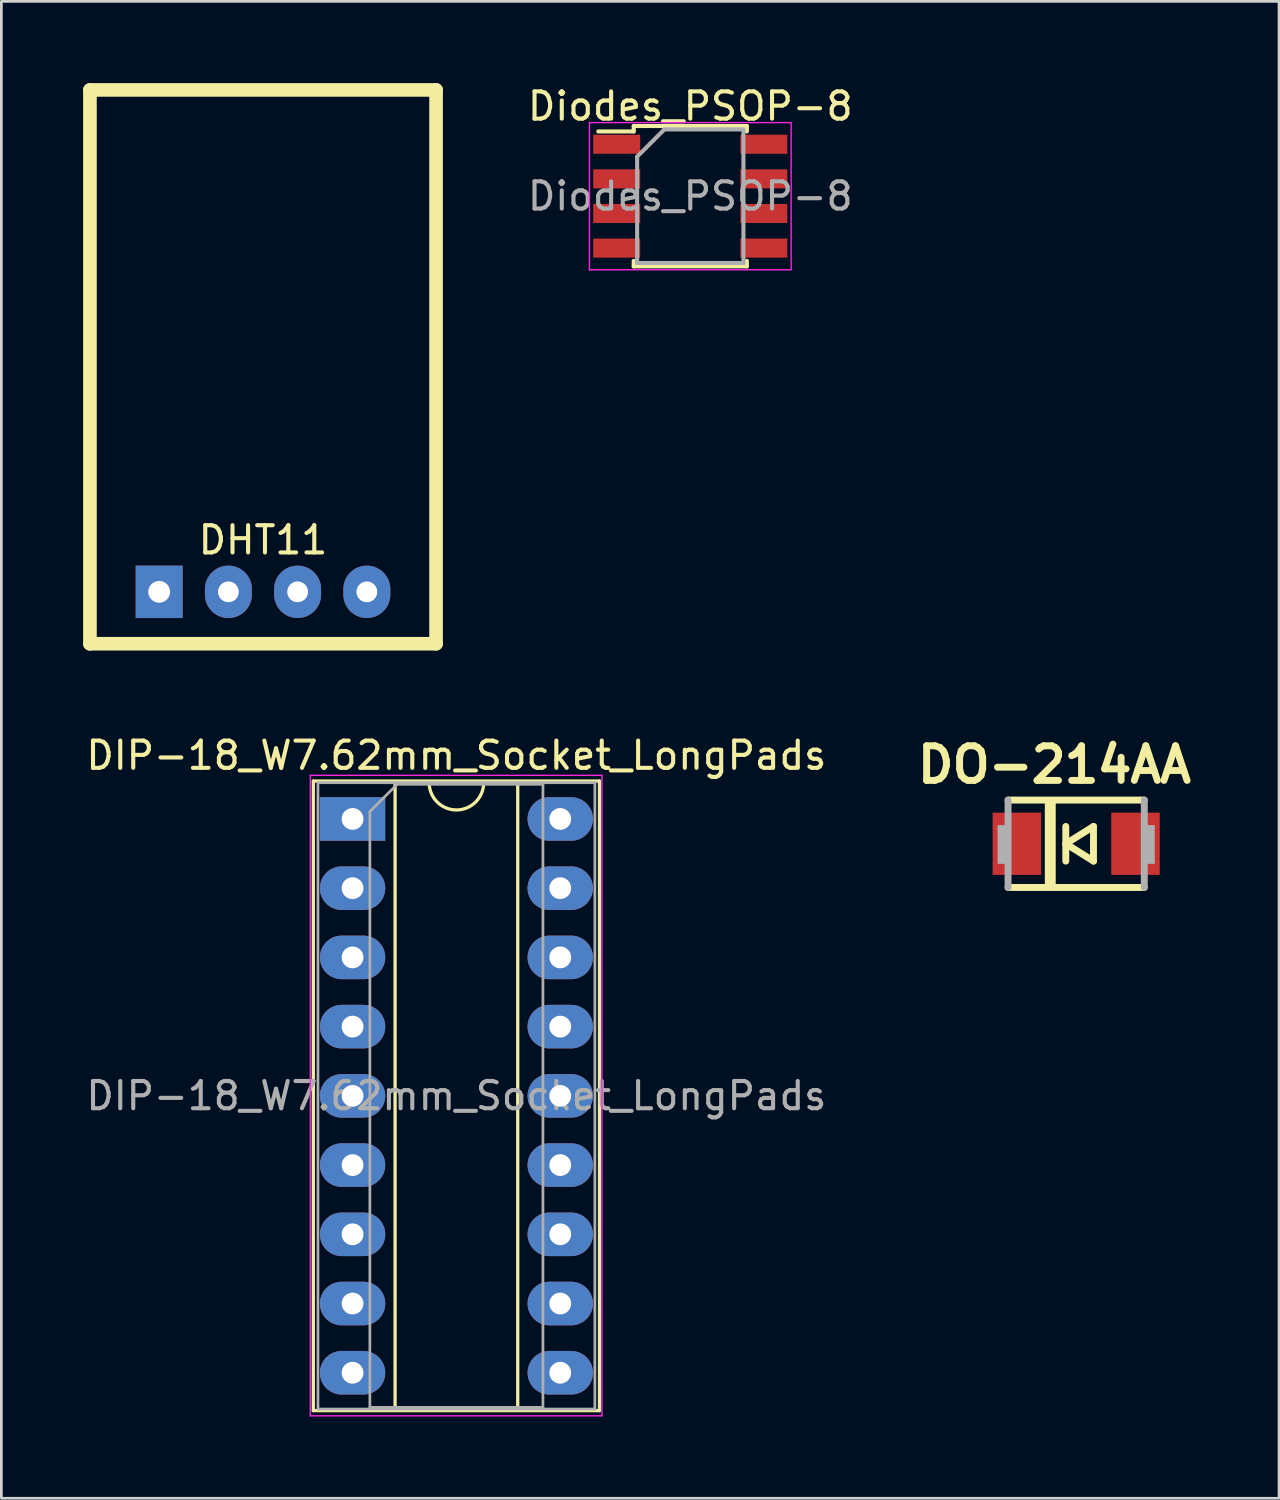
<source format=kicad_pcb>
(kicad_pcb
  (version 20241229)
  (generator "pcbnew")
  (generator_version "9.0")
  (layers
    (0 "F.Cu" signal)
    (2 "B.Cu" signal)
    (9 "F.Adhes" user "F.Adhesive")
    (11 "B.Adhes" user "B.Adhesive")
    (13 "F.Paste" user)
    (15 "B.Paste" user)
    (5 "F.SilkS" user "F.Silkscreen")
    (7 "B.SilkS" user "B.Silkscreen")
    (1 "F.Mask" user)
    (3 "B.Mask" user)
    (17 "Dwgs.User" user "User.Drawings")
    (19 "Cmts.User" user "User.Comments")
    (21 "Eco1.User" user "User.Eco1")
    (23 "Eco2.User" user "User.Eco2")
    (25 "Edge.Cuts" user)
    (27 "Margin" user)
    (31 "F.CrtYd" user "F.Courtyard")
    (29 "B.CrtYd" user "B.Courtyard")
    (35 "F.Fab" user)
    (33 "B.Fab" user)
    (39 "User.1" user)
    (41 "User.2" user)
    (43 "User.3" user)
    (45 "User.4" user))
  (footprint "DIP-18_W7.62mm_Socket_LongPads"
    (layer "F.Cu")
    (at 9.886 26.998)
    (property "Reference" "DIP-18_W7.62mm_Socket_LongPads" (at 3.81 -2.33 0) (layer "F.SilkS") (effects (font (size 1 1) (thickness 0.15))))
    (attr through_hole)
    (fp_line (start -1.44 -1.39) (end -1.44 21.71) (stroke (width 0.12) (type solid)) (layer "F.SilkS"))
    (fp_line (start -1.44 21.71) (end 9.06 21.71) (stroke (width 0.12) (type solid)) (layer "F.SilkS"))
    (fp_line (start 1.56 -1.33) (end 1.56 21.65) (stroke (width 0.12) (type solid)) (layer "F.SilkS"))
    (fp_line (start 1.56 21.65) (end 6.06 21.65) (stroke (width 0.12) (type solid)) (layer "F.SilkS"))
    (fp_line (start 2.81 -1.33) (end 1.56 -1.33) (stroke (width 0.12) (type solid)) (layer "F.SilkS"))
    (fp_line (start 6.06 -1.33) (end 4.81 -1.33) (stroke (width 0.12) (type solid)) (layer "F.SilkS"))
    (fp_line (start 6.06 21.65) (end 6.06 -1.33) (stroke (width 0.12) (type solid)) (layer "F.SilkS"))
    (fp_line (start 9.06 -1.39) (end -1.44 -1.39) (stroke (width 0.12) (type solid)) (layer "F.SilkS"))
    (fp_line (start 9.06 21.71) (end 9.06 -1.39) (stroke (width 0.12) (type solid)) (layer "F.SilkS"))
    (fp_arc (start 4.81 -1.33) (mid 3.81 -0.33) (end 2.81 -1.33) (stroke (width 0.12) (type solid)) (layer "F.SilkS"))
    (fp_line (start -1.55 -1.6) (end -1.55 21.9) (stroke (width 0.05) (type solid)) (layer "F.CrtYd"))
    (fp_line (start -1.55 21.9) (end 9.15 21.9) (stroke (width 0.05) (type solid)) (layer "F.CrtYd"))
    (fp_line (start 9.15 -1.6) (end -1.55 -1.6) (stroke (width 0.05) (type solid)) (layer "F.CrtYd"))
    (fp_line (start 9.15 21.9) (end 9.15 -1.6) (stroke (width 0.05) (type solid)) (layer "F.CrtYd"))
    (fp_line (start -1.27 -1.33) (end -1.27 21.65) (stroke (width 0.1) (type solid)) (layer "F.Fab"))
    (fp_line (start -1.27 21.65) (end 8.89 21.65) (stroke (width 0.1) (type solid)) (layer "F.Fab"))
    (fp_line (start 0.635 -0.27) (end 1.635 -1.27) (stroke (width 0.1) (type solid)) (layer "F.Fab"))
    (fp_line (start 0.635 21.59) (end 0.635 -0.27) (stroke (width 0.1) (type solid)) (layer "F.Fab"))
    (fp_line (start 1.635 -1.27) (end 6.985 -1.27) (stroke (width 0.1) (type solid)) (layer "F.Fab"))
    (fp_line (start 6.985 -1.27) (end 6.985 21.59) (stroke (width 0.1) (type solid)) (layer "F.Fab"))
    (fp_line (start 6.985 21.59) (end 0.635 21.59) (stroke (width 0.1) (type solid)) (layer "F.Fab"))
    (fp_line (start 8.89 -1.33) (end -1.27 -1.33) (stroke (width 0.1) (type solid)) (layer "F.Fab"))
    (fp_line (start 8.89 21.65) (end 8.89 -1.33) (stroke (width 0.1) (type solid)) (layer "F.Fab"))
    (fp_text user "${REFERENCE}" (at 3.81 10.16 0) (layer "F.Fab") (effects (font (size 1 1) (thickness 0.15))))
    (pad "1" thru_hole rect (at 0 0) (size 2.4 1.6) (drill 0.8) (layers "*.Cu" "*.Mask"))
    (pad "2" thru_hole oval (at 0 2.54) (size 2.4 1.6) (drill 0.8) (layers "*.Cu" "*.Mask"))
    (pad "3" thru_hole oval (at 0 5.08) (size 2.4 1.6) (drill 0.8) (layers "*.Cu" "*.Mask"))
    (pad "4" thru_hole oval (at 0 7.62) (size 2.4 1.6) (drill 0.8) (layers "*.Cu" "*.Mask"))
    (pad "5" thru_hole oval (at 0 10.16) (size 2.4 1.6) (drill 0.8) (layers "*.Cu" "*.Mask"))
    (pad "6" thru_hole oval (at 0 12.7) (size 2.4 1.6) (drill 0.8) (layers "*.Cu" "*.Mask"))
    (pad "7" thru_hole oval (at 0 15.24) (size 2.4 1.6) (drill 0.8) (layers "*.Cu" "*.Mask"))
    (pad "8" thru_hole oval (at 0 17.78) (size 2.4 1.6) (drill 0.8) (layers "*.Cu" "*.Mask"))
    (pad "9" thru_hole oval (at 0 20.32) (size 2.4 1.6) (drill 0.8) (layers "*.Cu" "*.Mask"))
    (pad "10" thru_hole oval (at 7.62 20.32) (size 2.4 1.6) (drill 0.8) (layers "*.Cu" "*.Mask"))
    (pad "11" thru_hole oval (at 7.62 17.78) (size 2.4 1.6) (drill 0.8) (layers "*.Cu" "*.Mask"))
    (pad "12" thru_hole oval (at 7.62 15.24) (size 2.4 1.6) (drill 0.8) (layers "*.Cu" "*.Mask"))
    (pad "13" thru_hole oval (at 7.62 12.7) (size 2.4 1.6) (drill 0.8) (layers "*.Cu" "*.Mask"))
    (pad "14" thru_hole oval (at 7.62 10.16) (size 2.4 1.6) (drill 0.8) (layers "*.Cu" "*.Mask"))
    (pad "15" thru_hole oval (at 7.62 7.62) (size 2.4 1.6) (drill 0.8) (layers "*.Cu" "*.Mask"))
    (pad "16" thru_hole oval (at 7.62 5.08) (size 2.4 1.6) (drill 0.8) (layers "*.Cu" "*.Mask"))
    (pad "17" thru_hole oval (at 7.62 2.54) (size 2.4 1.6) (drill 0.8) (layers "*.Cu" "*.Mask"))
    (pad "18" thru_hole oval (at 7.62 0) (size 2.4 1.6) (drill 0.8) (layers "*.Cu" "*.Mask")))
  (footprint "DHT11"
    (layer "F.Cu")
    (at 6.6 18.665)
    (property "Reference" "DHT11" (at 0 -1.9 0) (layer "F.SilkS") (effects (font (size 1 1) (thickness 0.15))))
    (attr through_hole)
    (fp_line (start -6.35 -18.415) (end -6.35 1.905) (stroke (width 0.5) (type solid)) (layer "F.SilkS"))
    (fp_line (start -6.35 1.905) (end 6.35 1.905) (stroke (width 0.5) (type solid)) (layer "F.SilkS"))
    (fp_line (start 6.35 -18.415) (end -6.35 -18.415) (stroke (width 0.5) (type solid)) (layer "F.SilkS"))
    (fp_line (start 6.35 1.905) (end 6.35 -18.415) (stroke (width 0.5) (type solid)) (layer "F.SilkS"))
    (pad "1" thru_hole rect (at -3.81 0) (size 1.724 1.924) (drill 0.8) (layers "*.Cu" "*.Mask"))
    (pad "2" thru_hole oval (at -1.27 0) (size 1.724 1.924) (drill 0.762) (layers "*.Cu" "*.Mask"))
    (pad "3" thru_hole oval (at 1.27 0) (size 1.724 1.924) (drill 0.762) (layers "*.Cu" "*.Mask"))
    (pad "4" thru_hole oval (at 3.81 0) (size 1.724 1.924) (drill 0.762) (layers "*.Cu" "*.Mask")))
  (footprint "DO-214AA"
    (layer "F.Cu")
    (at 36.436 27.909)
    (property "Reference" "DO-214AA" (at -0.8 -2.9 0) (layer "F.SilkS") (effects (font (size 1.27 1.27) (thickness 0.254))))
    (attr smd)
    (fp_line (start -2.499 -1.603) (end 2.499 -1.603) (stroke (width 0.254) (type solid)) (layer "F.SilkS"))
    (fp_line (start -0.95 -1.475) (end -0.95 1.525) (stroke (width 0.4) (type solid)) (layer "F.SilkS"))
    (fp_line (start -0.381 0.635) (end -0.381 -0.635) (stroke (width 0.254) (type solid)) (layer "F.SilkS"))
    (fp_line (start 0.635 -0.635) (end -0.381 0) (stroke (width 0.254) (type solid)) (layer "F.SilkS"))
    (fp_line (start 0.635 0.635) (end -0.381 0) (stroke (width 0.254) (type solid)) (layer "F.SilkS"))
    (fp_line (start 0.635 0.635) (end 0.635 -0.635) (stroke (width 0.254) (type solid)) (layer "F.SilkS"))
    (fp_line (start 2.499 1.603) (end -2.499 1.603) (stroke (width 0.254) (type solid)) (layer "F.SilkS"))
    (fp_line (start -2.85 -0.648) (end -2.598 -0.648) (stroke (width 0.066) (type solid)) (layer "F.Fab"))
    (fp_line (start -2.85 0.699) (end -2.85 -0.648) (stroke (width 0.066) (type solid)) (layer "F.Fab"))
    (fp_line (start -2.85 0.699) (end -2.598 0.699) (stroke (width 0.066) (type solid)) (layer "F.Fab"))
    (fp_line (start -2.725 -0.55) (end -2.725 0.6) (stroke (width 0.254) (type solid)) (layer "F.Fab"))
    (fp_line (start -2.598 0.699) (end -2.598 -0.648) (stroke (width 0.066) (type solid)) (layer "F.Fab"))
    (fp_line (start -2.499 1.603) (end -2.499 -1.603) (stroke (width 0.254) (type solid)) (layer "F.Fab"))
    (fp_line (start 2.499 -1.603) (end 2.499 1.603) (stroke (width 0.254) (type solid)) (layer "F.Fab"))
    (fp_line (start 2.598 -0.648) (end 2.85 -0.648) (stroke (width 0.066) (type solid)) (layer "F.Fab"))
    (fp_line (start 2.598 0.699) (end 2.598 -0.648) (stroke (width 0.066) (type solid)) (layer "F.Fab"))
    (fp_line (start 2.598 0.699) (end 2.85 0.699) (stroke (width 0.066) (type solid)) (layer "F.Fab"))
    (fp_line (start 2.725 -0.55) (end 2.725 0.6) (stroke (width 0.254) (type solid)) (layer "F.Fab"))
    (fp_line (start 2.85 0.699) (end 2.85 -0.648) (stroke (width 0.066) (type solid)) (layer "F.Fab"))
    (pad "1" smd rect (at -2.177 0) (size 1.778 2.286) (layers "F.Cu" "F.Mask" "F.Paste"))
    (pad "2" smd rect (at 2.177 0) (size 1.778 2.286) (layers "F.Cu" "F.Mask" "F.Paste")))
  (footprint "Diodes_PSOP-8"
    (layer "F.Cu")
    (at 22.277 4.148)
    (property "Reference" "Diodes_PSOP-8" (at 0 -3.3 0) (layer "F.SilkS") (effects (font (size 1 1) (thickness 0.15))))
    (attr smd)
    (fp_line (start -2.075 -2.575) (end -2.075 -2.375) (stroke (width 0.15) (type solid)) (layer "F.SilkS"))
    (fp_line (start -2.075 -2.575) (end 2.075 -2.575) (stroke (width 0.15) (type solid)) (layer "F.SilkS"))
    (fp_line (start -2.075 -2.375) (end -3.375 -2.375) (stroke (width 0.15) (type solid)) (layer "F.SilkS"))
    (fp_line (start -2.075 2.575) (end -2.075 2.375) (stroke (width 0.15) (type solid)) (layer "F.SilkS"))
    (fp_line (start -2.075 2.575) (end 2.075 2.575) (stroke (width 0.15) (type solid)) (layer "F.SilkS"))
    (fp_line (start 2.075 -2.575) (end 2.075 -2.375) (stroke (width 0.15) (type solid)) (layer "F.SilkS"))
    (fp_line (start 2.075 2.575) (end 2.075 2.375) (stroke (width 0.15) (type solid)) (layer "F.SilkS"))
    (fp_line (start -3.7 -2.7) (end -3.7 2.7) (stroke (width 0.05) (type solid)) (layer "F.CrtYd"))
    (fp_line (start -3.7 -2.7) (end 3.7 -2.7) (stroke (width 0.05) (type solid)) (layer "F.CrtYd"))
    (fp_line (start -3.7 2.7) (end 3.7 2.7) (stroke (width 0.05) (type solid)) (layer "F.CrtYd"))
    (fp_line (start 3.7 -2.7) (end 3.7 2.7) (stroke (width 0.05) (type solid)) (layer "F.CrtYd"))
    (fp_line (start -1.95 -1.45) (end -0.95 -2.45) (stroke (width 0.15) (type solid)) (layer "F.Fab"))
    (fp_line (start -1.95 2.45) (end -1.95 -1.45) (stroke (width 0.15) (type solid)) (layer "F.Fab"))
    (fp_line (start -0.95 -2.45) (end 1.95 -2.45) (stroke (width 0.15) (type solid)) (layer "F.Fab"))
    (fp_line (start 1.95 -2.45) (end 1.95 2.45) (stroke (width 0.15) (type solid)) (layer "F.Fab"))
    (fp_line (start 1.95 2.45) (end -1.95 2.45) (stroke (width 0.15) (type solid)) (layer "F.Fab"))
    (fp_text user "${REFERENCE}" (at 0 0 0) (layer "F.Fab") (effects (font (size 1 1) (thickness 0.15))))
    (pad "1" smd rect (at -2.7 -1.905) (size 1.724 0.7) (layers "F.Cu" "F.Mask" "F.Paste"))
    (pad "2" smd rect (at -2.7 -0.635) (size 1.724 0.7) (layers "F.Cu" "F.Mask" "F.Paste"))
    (pad "3" smd rect (at -2.7 0.635) (size 1.724 0.7) (layers "F.Cu" "F.Mask" "F.Paste"))
    (pad "4" smd rect (at -2.7 1.905) (size 1.724 0.7) (layers "F.Cu" "F.Mask" "F.Paste"))
    (pad "5" smd rect (at 2.7 1.905) (size 1.724 0.7) (layers "F.Cu" "F.Mask" "F.Paste"))
    (pad "6" smd rect (at 2.7 0.635) (size 1.724 0.7) (layers "F.Cu" "F.Mask" "F.Paste"))
    (pad "7" smd rect (at 2.7 -0.635) (size 1.724 0.7) (layers "F.Cu" "F.Mask" "F.Paste"))
    (pad "8" smd rect (at 2.7 -1.905) (size 1.724 0.7) (layers "F.Cu" "F.Mask" "F.Paste")))
  (gr_rect
    (start -3 -3)
    (end 43.879 51.923)
    (stroke (width 0.1) (type default))
    (fill no)
    (layer "Edge.Cuts")))
</source>
